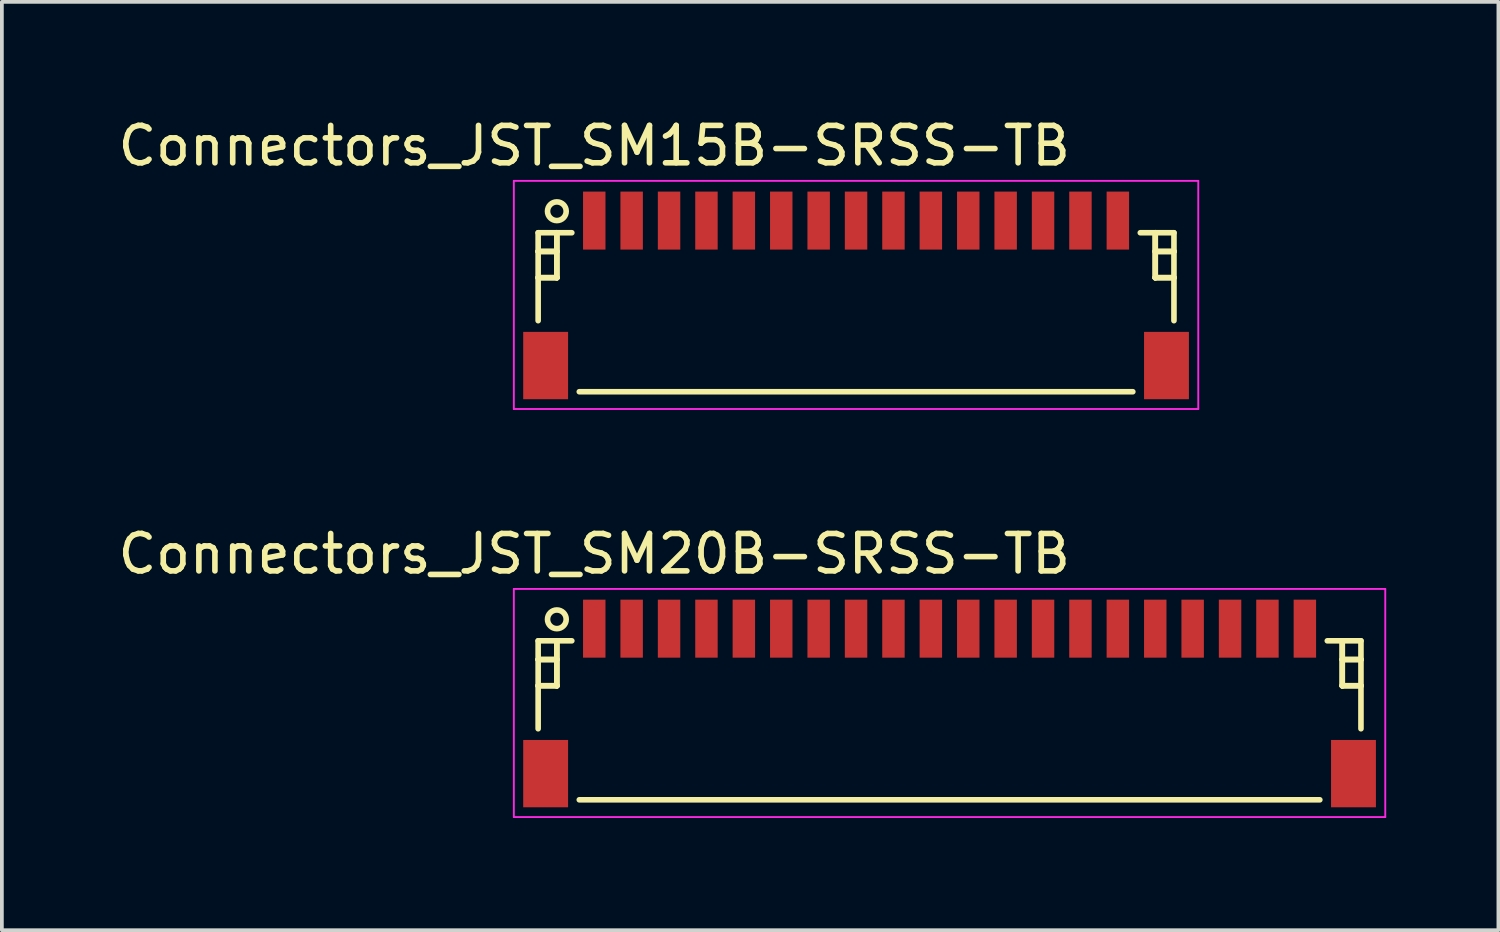
<source format=kicad_pcb>
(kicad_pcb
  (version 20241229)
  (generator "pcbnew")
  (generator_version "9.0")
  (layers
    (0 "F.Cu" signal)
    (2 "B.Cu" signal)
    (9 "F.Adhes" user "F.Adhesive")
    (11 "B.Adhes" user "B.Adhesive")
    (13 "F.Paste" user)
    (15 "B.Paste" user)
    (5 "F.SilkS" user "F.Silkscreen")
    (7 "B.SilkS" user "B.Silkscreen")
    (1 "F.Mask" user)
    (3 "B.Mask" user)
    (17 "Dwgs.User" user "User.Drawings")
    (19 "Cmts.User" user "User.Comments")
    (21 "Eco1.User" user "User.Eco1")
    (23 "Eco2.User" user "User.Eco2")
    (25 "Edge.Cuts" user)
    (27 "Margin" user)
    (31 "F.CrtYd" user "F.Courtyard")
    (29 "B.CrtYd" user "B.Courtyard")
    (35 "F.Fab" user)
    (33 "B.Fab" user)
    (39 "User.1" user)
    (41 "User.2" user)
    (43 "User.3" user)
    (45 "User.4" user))
  (footprint "Connectors_JST_SM20B-SRSS-TB"
    (layer "F.Cu")
    (at 22.339 15.697)
    (property "Reference" "Connectors_JST_SM20B-SRSS-TB" (at -9.5 -3.938 0) (layer "F.SilkS") (effects (font (size 1 1) (thickness 0.15))))
    (attr smd)
    (fp_line (start -11 -1.613) (end -10.1 -1.613) (stroke (width 0.15) (type solid)) (layer "F.SilkS"))
    (fp_line (start -11 -1.113) (end -11 -1.113) (stroke (width 0.15) (type solid)) (layer "F.SilkS"))
    (fp_line (start -11 -1.113) (end -10.5 -1.113) (stroke (width 0.15) (type solid)) (layer "F.SilkS"))
    (fp_line (start -11 -0.412) (end -11 -0.412) (stroke (width 0.15) (type solid)) (layer "F.SilkS"))
    (fp_line (start -11 -0.412) (end -10.5 -0.412) (stroke (width 0.15) (type solid)) (layer "F.SilkS"))
    (fp_line (start -11 0.738) (end -11 -1.613) (stroke (width 0.15) (type solid)) (layer "F.SilkS"))
    (fp_line (start -10.5 -1.613) (end -10.5 -1.613) (stroke (width 0.15) (type solid)) (layer "F.SilkS"))
    (fp_line (start -10.5 -1.613) (end -10.5 -0.412) (stroke (width 0.15) (type solid)) (layer "F.SilkS"))
    (fp_line (start -10.5 -1.113) (end -11 -1.113) (stroke (width 0.15) (type solid)) (layer "F.SilkS"))
    (fp_line (start -10.5 -1.113) (end -10.5 -1.113) (stroke (width 0.15) (type solid)) (layer "F.SilkS"))
    (fp_line (start -10.5 -0.412) (end -11 -0.412) (stroke (width 0.15) (type solid)) (layer "F.SilkS"))
    (fp_line (start -10.5 -0.412) (end -10.5 -1.613) (stroke (width 0.15) (type solid)) (layer "F.SilkS"))
    (fp_line (start -10.5 -0.412) (end -10.5 -0.412) (stroke (width 0.15) (type solid)) (layer "F.SilkS"))
    (fp_line (start -10.5 -0.412) (end -10.5 -0.412) (stroke (width 0.15) (type solid)) (layer "F.SilkS"))
    (fp_line (start -9.9 2.638) (end 9.9 2.638) (stroke (width 0.15) (type solid)) (layer "F.SilkS"))
    (fp_line (start 10.5 -1.613) (end 10.5 -1.613) (stroke (width 0.15) (type solid)) (layer "F.SilkS"))
    (fp_line (start 10.5 -1.613) (end 10.5 -0.412) (stroke (width 0.15) (type solid)) (layer "F.SilkS"))
    (fp_line (start 10.5 -1.113) (end 10.5 -1.113) (stroke (width 0.15) (type solid)) (layer "F.SilkS"))
    (fp_line (start 10.5 -1.113) (end 11 -1.113) (stroke (width 0.15) (type solid)) (layer "F.SilkS"))
    (fp_line (start 10.5 -0.412) (end 10.5 -1.613) (stroke (width 0.15) (type solid)) (layer "F.SilkS"))
    (fp_line (start 10.5 -0.412) (end 10.5 -0.412) (stroke (width 0.15) (type solid)) (layer "F.SilkS"))
    (fp_line (start 10.5 -0.412) (end 10.5 -0.412) (stroke (width 0.15) (type solid)) (layer "F.SilkS"))
    (fp_line (start 10.5 -0.412) (end 11 -0.412) (stroke (width 0.15) (type solid)) (layer "F.SilkS"))
    (fp_line (start 11 -1.613) (end 10.1 -1.613) (stroke (width 0.15) (type solid)) (layer "F.SilkS"))
    (fp_line (start 11 -1.113) (end 10.5 -1.113) (stroke (width 0.15) (type solid)) (layer "F.SilkS"))
    (fp_line (start 11 -1.113) (end 11 -1.113) (stroke (width 0.15) (type solid)) (layer "F.SilkS"))
    (fp_line (start 11 -0.412) (end 10.5 -0.412) (stroke (width 0.15) (type solid)) (layer "F.SilkS"))
    (fp_line (start 11 -0.412) (end 11 -0.412) (stroke (width 0.15) (type solid)) (layer "F.SilkS"))
    (fp_line (start 11 0.738) (end 11 -1.613) (stroke (width 0.15) (type solid)) (layer "F.SilkS"))
    (fp_circle (center -10.5 -2.188) (end -10.25 -2.188) (stroke (width 0.15) (type solid)) (fill no) (layer "F.SilkS"))
    (fp_line (start -11.65 -3) (end 11.65 -3) (stroke (width 0.05) (type solid)) (layer "F.CrtYd"))
    (fp_line (start -11.65 3.1) (end -11.65 -3) (stroke (width 0.05) (type solid)) (layer "F.CrtYd"))
    (fp_line (start 11.65 -3) (end 11.65 3.1) (stroke (width 0.05) (type solid)) (layer "F.CrtYd"))
    (fp_line (start 11.65 3.1) (end -11.65 3.1) (stroke (width 0.05) (type solid)) (layer "F.CrtYd"))
    (pad "" smd rect (at -10.8 1.938) (size 1.2 1.8) (layers "F.Cu" "F.Mask" "F.Paste"))
    (pad "" smd rect (at 10.8 1.938) (size 1.2 1.8) (layers "F.Cu" "F.Mask" "F.Paste"))
    (pad "1" smd rect (at -9.5 -1.938) (size 0.6 1.55) (layers "F.Cu" "F.Mask" "F.Paste"))
    (pad "2" smd rect (at -8.5 -1.938) (size 0.6 1.55) (layers "F.Cu" "F.Mask" "F.Paste"))
    (pad "3" smd rect (at -7.5 -1.938) (size 0.6 1.55) (layers "F.Cu" "F.Mask" "F.Paste"))
    (pad "4" smd rect (at -6.5 -1.938) (size 0.6 1.55) (layers "F.Cu" "F.Mask" "F.Paste"))
    (pad "5" smd rect (at -5.5 -1.938) (size 0.6 1.55) (layers "F.Cu" "F.Mask" "F.Paste"))
    (pad "6" smd rect (at -4.5 -1.938) (size 0.6 1.55) (layers "F.Cu" "F.Mask" "F.Paste"))
    (pad "7" smd rect (at -3.5 -1.938) (size 0.6 1.55) (layers "F.Cu" "F.Mask" "F.Paste"))
    (pad "8" smd rect (at -2.5 -1.938) (size 0.6 1.55) (layers "F.Cu" "F.Mask" "F.Paste"))
    (pad "9" smd rect (at -1.5 -1.938) (size 0.6 1.55) (layers "F.Cu" "F.Mask" "F.Paste"))
    (pad "10" smd rect (at -0.5 -1.938) (size 0.6 1.55) (layers "F.Cu" "F.Mask" "F.Paste"))
    (pad "11" smd rect (at 0.5 -1.938) (size 0.6 1.55) (layers "F.Cu" "F.Mask" "F.Paste"))
    (pad "12" smd rect (at 1.5 -1.938) (size 0.6 1.55) (layers "F.Cu" "F.Mask" "F.Paste"))
    (pad "13" smd rect (at 2.5 -1.938) (size 0.6 1.55) (layers "F.Cu" "F.Mask" "F.Paste"))
    (pad "14" smd rect (at 3.5 -1.938) (size 0.6 1.55) (layers "F.Cu" "F.Mask" "F.Paste"))
    (pad "15" smd rect (at 4.5 -1.938) (size 0.6 1.55) (layers "F.Cu" "F.Mask" "F.Paste"))
    (pad "16" smd rect (at 5.5 -1.938) (size 0.6 1.55) (layers "F.Cu" "F.Mask" "F.Paste"))
    (pad "17" smd rect (at 6.5 -1.938) (size 0.6 1.55) (layers "F.Cu" "F.Mask" "F.Paste"))
    (pad "18" smd rect (at 7.5 -1.938) (size 0.6 1.55) (layers "F.Cu" "F.Mask" "F.Paste"))
    (pad "19" smd rect (at 8.5 -1.938) (size 0.6 1.55) (layers "F.Cu" "F.Mask" "F.Paste"))
    (pad "20" smd rect (at 9.5 -1.938) (size 0.6 1.55) (layers "F.Cu" "F.Mask" "F.Paste")))
  (footprint "Connectors_JST_SM15B-SRSS-TB"
    (layer "F.Cu")
    (at 19.839 4.786)
    (property "Reference" "Connectors_JST_SM15B-SRSS-TB" (at -7 -3.938 0) (layer "F.SilkS") (effects (font (size 1 1) (thickness 0.15))))
    (attr smd)
    (fp_line (start -8.5 -1.613) (end -7.6 -1.613) (stroke (width 0.15) (type solid)) (layer "F.SilkS"))
    (fp_line (start -8.5 -1.113) (end -8.5 -1.113) (stroke (width 0.15) (type solid)) (layer "F.SilkS"))
    (fp_line (start -8.5 -1.113) (end -8 -1.113) (stroke (width 0.15) (type solid)) (layer "F.SilkS"))
    (fp_line (start -8.5 -0.412) (end -8.5 -0.412) (stroke (width 0.15) (type solid)) (layer "F.SilkS"))
    (fp_line (start -8.5 -0.412) (end -8 -0.412) (stroke (width 0.15) (type solid)) (layer "F.SilkS"))
    (fp_line (start -8.5 0.738) (end -8.5 -1.613) (stroke (width 0.15) (type solid)) (layer "F.SilkS"))
    (fp_line (start -8 -1.613) (end -8 -1.613) (stroke (width 0.15) (type solid)) (layer "F.SilkS"))
    (fp_line (start -8 -1.613) (end -8 -0.412) (stroke (width 0.15) (type solid)) (layer "F.SilkS"))
    (fp_line (start -8 -1.113) (end -8.5 -1.113) (stroke (width 0.15) (type solid)) (layer "F.SilkS"))
    (fp_line (start -8 -1.113) (end -8 -1.113) (stroke (width 0.15) (type solid)) (layer "F.SilkS"))
    (fp_line (start -8 -0.412) (end -8.5 -0.412) (stroke (width 0.15) (type solid)) (layer "F.SilkS"))
    (fp_line (start -8 -0.412) (end -8 -1.613) (stroke (width 0.15) (type solid)) (layer "F.SilkS"))
    (fp_line (start -8 -0.412) (end -8 -0.412) (stroke (width 0.15) (type solid)) (layer "F.SilkS"))
    (fp_line (start -8 -0.412) (end -8 -0.412) (stroke (width 0.15) (type solid)) (layer "F.SilkS"))
    (fp_line (start -7.4 2.638) (end 7.4 2.638) (stroke (width 0.15) (type solid)) (layer "F.SilkS"))
    (fp_line (start 8 -1.613) (end 8 -1.613) (stroke (width 0.15) (type solid)) (layer "F.SilkS"))
    (fp_line (start 8 -1.613) (end 8 -0.412) (stroke (width 0.15) (type solid)) (layer "F.SilkS"))
    (fp_line (start 8 -1.113) (end 8 -1.113) (stroke (width 0.15) (type solid)) (layer "F.SilkS"))
    (fp_line (start 8 -1.113) (end 8.5 -1.113) (stroke (width 0.15) (type solid)) (layer "F.SilkS"))
    (fp_line (start 8 -0.412) (end 8 -1.613) (stroke (width 0.15) (type solid)) (layer "F.SilkS"))
    (fp_line (start 8 -0.412) (end 8 -0.412) (stroke (width 0.15) (type solid)) (layer "F.SilkS"))
    (fp_line (start 8 -0.412) (end 8 -0.412) (stroke (width 0.15) (type solid)) (layer "F.SilkS"))
    (fp_line (start 8 -0.412) (end 8.5 -0.412) (stroke (width 0.15) (type solid)) (layer "F.SilkS"))
    (fp_line (start 8.5 -1.613) (end 7.6 -1.613) (stroke (width 0.15) (type solid)) (layer "F.SilkS"))
    (fp_line (start 8.5 -1.113) (end 8 -1.113) (stroke (width 0.15) (type solid)) (layer "F.SilkS"))
    (fp_line (start 8.5 -1.113) (end 8.5 -1.113) (stroke (width 0.15) (type solid)) (layer "F.SilkS"))
    (fp_line (start 8.5 -0.412) (end 8 -0.412) (stroke (width 0.15) (type solid)) (layer "F.SilkS"))
    (fp_line (start 8.5 -0.412) (end 8.5 -0.412) (stroke (width 0.15) (type solid)) (layer "F.SilkS"))
    (fp_line (start 8.5 0.738) (end 8.5 -1.613) (stroke (width 0.15) (type solid)) (layer "F.SilkS"))
    (fp_circle (center -8 -2.188) (end -7.75 -2.188) (stroke (width 0.15) (type solid)) (fill no) (layer "F.SilkS"))
    (fp_line (start -9.15 -3) (end 9.15 -3) (stroke (width 0.05) (type solid)) (layer "F.CrtYd"))
    (fp_line (start -9.15 3.1) (end -9.15 -3) (stroke (width 0.05) (type solid)) (layer "F.CrtYd"))
    (fp_line (start 9.15 -3) (end 9.15 3.1) (stroke (width 0.05) (type solid)) (layer "F.CrtYd"))
    (fp_line (start 9.15 3.1) (end -9.15 3.1) (stroke (width 0.05) (type solid)) (layer "F.CrtYd"))
    (pad "" smd rect (at -8.3 1.938) (size 1.2 1.8) (layers "F.Cu" "F.Mask" "F.Paste"))
    (pad "" smd rect (at 8.3 1.938) (size 1.2 1.8) (layers "F.Cu" "F.Mask" "F.Paste"))
    (pad "1" smd rect (at -7 -1.938) (size 0.6 1.55) (layers "F.Cu" "F.Mask" "F.Paste"))
    (pad "2" smd rect (at -6 -1.938) (size 0.6 1.55) (layers "F.Cu" "F.Mask" "F.Paste"))
    (pad "3" smd rect (at -5 -1.938) (size 0.6 1.55) (layers "F.Cu" "F.Mask" "F.Paste"))
    (pad "4" smd rect (at -4 -1.938) (size 0.6 1.55) (layers "F.Cu" "F.Mask" "F.Paste"))
    (pad "5" smd rect (at -3 -1.938) (size 0.6 1.55) (layers "F.Cu" "F.Mask" "F.Paste"))
    (pad "6" smd rect (at -2 -1.938) (size 0.6 1.55) (layers "F.Cu" "F.Mask" "F.Paste"))
    (pad "7" smd rect (at -1 -1.938) (size 0.6 1.55) (layers "F.Cu" "F.Mask" "F.Paste"))
    (pad "8" smd rect (at 0 -1.938) (size 0.6 1.55) (layers "F.Cu" "F.Mask" "F.Paste"))
    (pad "9" smd rect (at 1 -1.938) (size 0.6 1.55) (layers "F.Cu" "F.Mask" "F.Paste"))
    (pad "10" smd rect (at 2 -1.938) (size 0.6 1.55) (layers "F.Cu" "F.Mask" "F.Paste"))
    (pad "11" smd rect (at 3 -1.938) (size 0.6 1.55) (layers "F.Cu" "F.Mask" "F.Paste"))
    (pad "12" smd rect (at 4 -1.938) (size 0.6 1.55) (layers "F.Cu" "F.Mask" "F.Paste"))
    (pad "13" smd rect (at 5 -1.938) (size 0.6 1.55) (layers "F.Cu" "F.Mask" "F.Paste"))
    (pad "14" smd rect (at 6 -1.938) (size 0.6 1.55) (layers "F.Cu" "F.Mask" "F.Paste"))
    (pad "15" smd rect (at 7 -1.938) (size 0.6 1.55) (layers "F.Cu" "F.Mask" "F.Paste")))
  (gr_rect
    (start -3 -3)
    (end 37.014 21.822)
    (stroke (width 0.1) (type default))
    (fill no)
    (layer "Edge.Cuts")))
</source>
